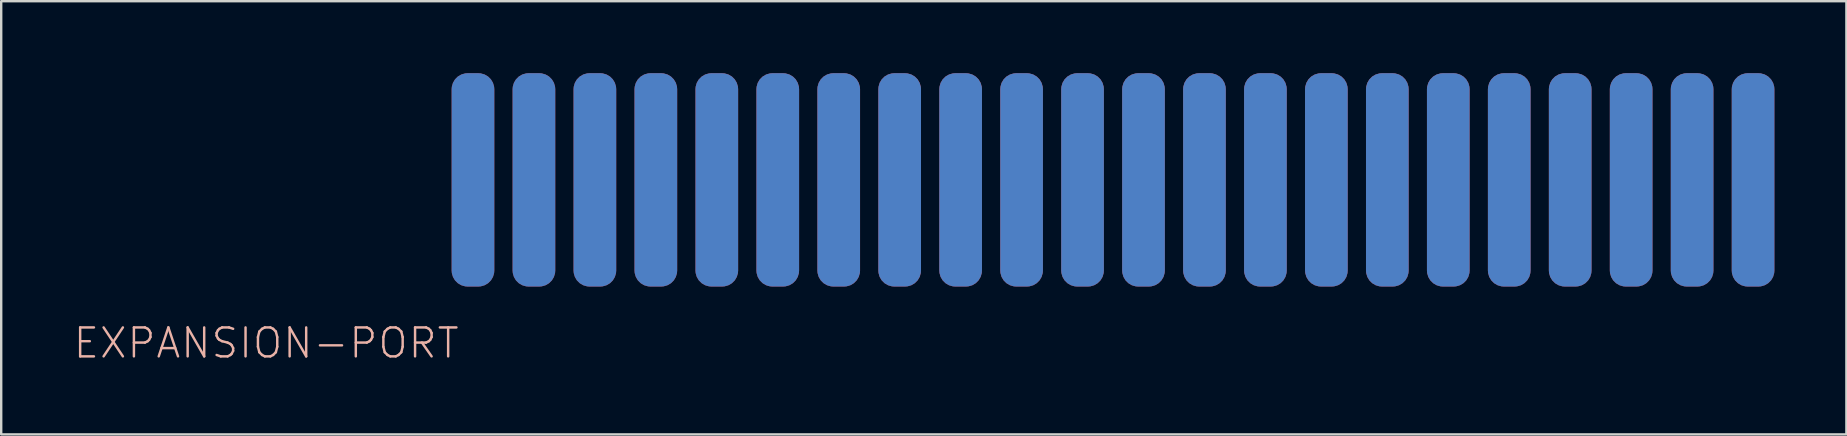
<source format=kicad_pcb>
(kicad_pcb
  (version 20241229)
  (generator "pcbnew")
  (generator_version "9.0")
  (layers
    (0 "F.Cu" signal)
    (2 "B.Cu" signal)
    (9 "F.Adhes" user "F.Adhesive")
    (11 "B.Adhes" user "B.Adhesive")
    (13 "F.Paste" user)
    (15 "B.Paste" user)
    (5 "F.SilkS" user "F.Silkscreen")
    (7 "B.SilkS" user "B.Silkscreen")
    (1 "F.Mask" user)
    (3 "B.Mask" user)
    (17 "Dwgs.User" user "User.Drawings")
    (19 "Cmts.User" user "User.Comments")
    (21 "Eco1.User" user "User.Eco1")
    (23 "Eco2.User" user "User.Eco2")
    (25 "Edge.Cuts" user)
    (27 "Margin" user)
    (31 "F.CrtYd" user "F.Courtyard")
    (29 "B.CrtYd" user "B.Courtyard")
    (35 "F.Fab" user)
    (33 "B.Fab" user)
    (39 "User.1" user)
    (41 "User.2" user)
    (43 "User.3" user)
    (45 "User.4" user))
  (footprint "EXPANSION-PORT"
    (layer "F.Cu")
    (at 19.198 4.445)
    (property "Reference" "EXPANSION-PORT" (at -3.048 6.096 0) (layer "B.SilkS") (effects (font (size 1.206 1.206) (thickness 0.102)) (justify right top)))
    (attr through_hole)
    (pad "1" smd roundrect (at 50.8 0 180) (size 1.778 8.89) (layers "F.Cu" "F.Mask" "F.Paste") (roundrect_rratio 0.375))
    (pad "2" smd roundrect (at 48.26 0 180) (size 1.778 8.89) (layers "F.Cu" "F.Mask" "F.Paste") (roundrect_rratio 0.375))
    (pad "3" smd roundrect (at 45.72 0 180) (size 1.778 8.89) (layers "F.Cu" "F.Mask" "F.Paste") (roundrect_rratio 0.375))
    (pad "4" smd roundrect (at 43.18 0 180) (size 1.778 8.89) (layers "F.Cu" "F.Mask" "F.Paste") (roundrect_rratio 0.375))
    (pad "5" smd roundrect (at 40.64 0 180) (size 1.778 8.89) (layers "F.Cu" "F.Mask" "F.Paste") (roundrect_rratio 0.375))
    (pad "6" smd roundrect (at 38.1 0 180) (size 1.778 8.89) (layers "F.Cu" "F.Mask" "F.Paste") (roundrect_rratio 0.375))
    (pad "7" smd roundrect (at 35.56 0 180) (size 1.778 8.89) (layers "F.Cu" "F.Mask" "F.Paste") (roundrect_rratio 0.375))
    (pad "8" smd roundrect (at 33.02 0 180) (size 1.778 8.89) (layers "F.Cu" "F.Mask" "F.Paste") (roundrect_rratio 0.375))
    (pad "9" smd roundrect (at 30.48 0 180) (size 1.778 8.89) (layers "F.Cu" "F.Mask" "F.Paste") (roundrect_rratio 0.375))
    (pad "10" smd roundrect (at 27.94 0 180) (size 1.778 8.89) (layers "F.Cu" "F.Mask" "F.Paste") (roundrect_rratio 0.375))
    (pad "11" smd roundrect (at 25.4 0 180) (size 1.778 8.89) (layers "F.Cu" "F.Mask" "F.Paste") (roundrect_rratio 0.375))
    (pad "12" smd roundrect (at 22.86 0 180) (size 1.778 8.89) (layers "F.Cu" "F.Mask" "F.Paste") (roundrect_rratio 0.375))
    (pad "13" smd roundrect (at 20.32 0 180) (size 1.778 8.89) (layers "F.Cu" "F.Mask" "F.Paste") (roundrect_rratio 0.375))
    (pad "14" smd roundrect (at 17.78 0 180) (size 1.778 8.89) (layers "F.Cu" "F.Mask" "F.Paste") (roundrect_rratio 0.375))
    (pad "15" smd roundrect (at 15.24 0 180) (size 1.778 8.89) (layers "F.Cu" "F.Mask" "F.Paste") (roundrect_rratio 0.375))
    (pad "16" smd roundrect (at 12.7 0 180) (size 1.778 8.89) (layers "F.Cu" "F.Mask" "F.Paste") (roundrect_rratio 0.375))
    (pad "17" smd roundrect (at 10.16 0 180) (size 1.778 8.89) (layers "F.Cu" "F.Mask" "F.Paste") (roundrect_rratio 0.375))
    (pad "18" smd roundrect (at 7.62 0 180) (size 1.778 8.89) (layers "F.Cu" "F.Mask" "F.Paste") (roundrect_rratio 0.375))
    (pad "19" smd roundrect (at 5.08 0 180) (size 1.778 8.89) (layers "F.Cu" "F.Mask" "F.Paste") (roundrect_rratio 0.375))
    (pad "20" smd roundrect (at 2.54 0 180) (size 1.778 8.89) (layers "F.Cu" "F.Mask" "F.Paste") (roundrect_rratio 0.375))
    (pad "21" smd roundrect (at 0 0 180) (size 1.778 8.89) (layers "F.Cu" "F.Mask" "F.Paste") (roundrect_rratio 0.375))
    (pad "22" smd roundrect (at -2.54 0 180) (size 1.778 8.89) (layers "F.Cu" "F.Mask" "F.Paste") (roundrect_rratio 0.375))
    (pad "A" smd roundrect (at 50.8 0 180) (size 1.778 8.89) (layers "B.Cu" "B.Mask" "B.Paste") (roundrect_rratio 0.375))
    (pad "B" smd roundrect (at 48.26 0 180) (size 1.778 8.89) (layers "B.Cu" "B.Mask" "B.Paste") (roundrect_rratio 0.375))
    (pad "C" smd roundrect (at 45.72 0 180) (size 1.778 8.89) (layers "B.Cu" "B.Mask" "B.Paste") (roundrect_rratio 0.375))
    (pad "D" smd roundrect (at 43.18 0 180) (size 1.778 8.89) (layers "B.Cu" "B.Mask" "B.Paste") (roundrect_rratio 0.375))
    (pad "E" smd roundrect (at 40.64 0 180) (size 1.778 8.89) (layers "B.Cu" "B.Mask" "B.Paste") (roundrect_rratio 0.375))
    (pad "F" smd roundrect (at 38.1 0 180) (size 1.778 8.89) (layers "B.Cu" "B.Mask" "B.Paste") (roundrect_rratio 0.375))
    (pad "H" smd roundrect (at 35.56 0 180) (size 1.778 8.89) (layers "B.Cu" "B.Mask" "B.Paste") (roundrect_rratio 0.375))
    (pad "J" smd roundrect (at 33.02 0 180) (size 1.778 8.89) (layers "B.Cu" "B.Mask" "B.Paste") (roundrect_rratio 0.375))
    (pad "K" smd roundrect (at 30.48 0 180) (size 1.778 8.89) (layers "B.Cu" "B.Mask" "B.Paste") (roundrect_rratio 0.375))
    (pad "L" smd roundrect (at 27.94 0 180) (size 1.778 8.89) (layers "B.Cu" "B.Mask" "B.Paste") (roundrect_rratio 0.375))
    (pad "M" smd roundrect (at 25.4 0 180) (size 1.778 8.89) (layers "B.Cu" "B.Mask" "B.Paste") (roundrect_rratio 0.375))
    (pad "N" smd roundrect (at 22.86 0 180) (size 1.778 8.89) (layers "B.Cu" "B.Mask" "B.Paste") (roundrect_rratio 0.375))
    (pad "P" smd roundrect (at 20.32 0 180) (size 1.778 8.89) (layers "B.Cu" "B.Mask" "B.Paste") (roundrect_rratio 0.375))
    (pad "R" smd roundrect (at 17.78 0 180) (size 1.778 8.89) (layers "B.Cu" "B.Mask" "B.Paste") (roundrect_rratio 0.375))
    (pad "S" smd roundrect (at 15.24 0 180) (size 1.778 8.89) (layers "B.Cu" "B.Mask" "B.Paste") (roundrect_rratio 0.375))
    (pad "T" smd roundrect (at 12.7 0 180) (size 1.778 8.89) (layers "B.Cu" "B.Mask" "B.Paste") (roundrect_rratio 0.375))
    (pad "U" smd roundrect (at 10.16 0 180) (size 1.778 8.89) (layers "B.Cu" "B.Mask" "B.Paste") (roundrect_rratio 0.375))
    (pad "V" smd roundrect (at 7.62 0 180) (size 1.778 8.89) (layers "B.Cu" "B.Mask" "B.Paste") (roundrect_rratio 0.375))
    (pad "W" smd roundrect (at 5.08 0 180) (size 1.778 8.89) (layers "B.Cu" "B.Mask" "B.Paste") (roundrect_rratio 0.375))
    (pad "X" smd roundrect (at 2.54 0 180) (size 1.778 8.89) (layers "B.Cu" "B.Mask" "B.Paste") (roundrect_rratio 0.375))
    (pad "Y" smd roundrect (at 0 0 180) (size 1.778 8.89) (layers "B.Cu" "B.Mask" "B.Paste") (roundrect_rratio 0.375))
    (pad "Z" smd roundrect (at -2.54 0 180) (size 1.778 8.89) (layers "B.Cu" "B.Mask" "B.Paste") (roundrect_rratio 0.375)))
  (gr_rect
    (start -3 -3)
    (end 73.887 15.052)
    (stroke (width 0.1) (type default))
    (fill no)
    (layer "Edge.Cuts")))
</source>
